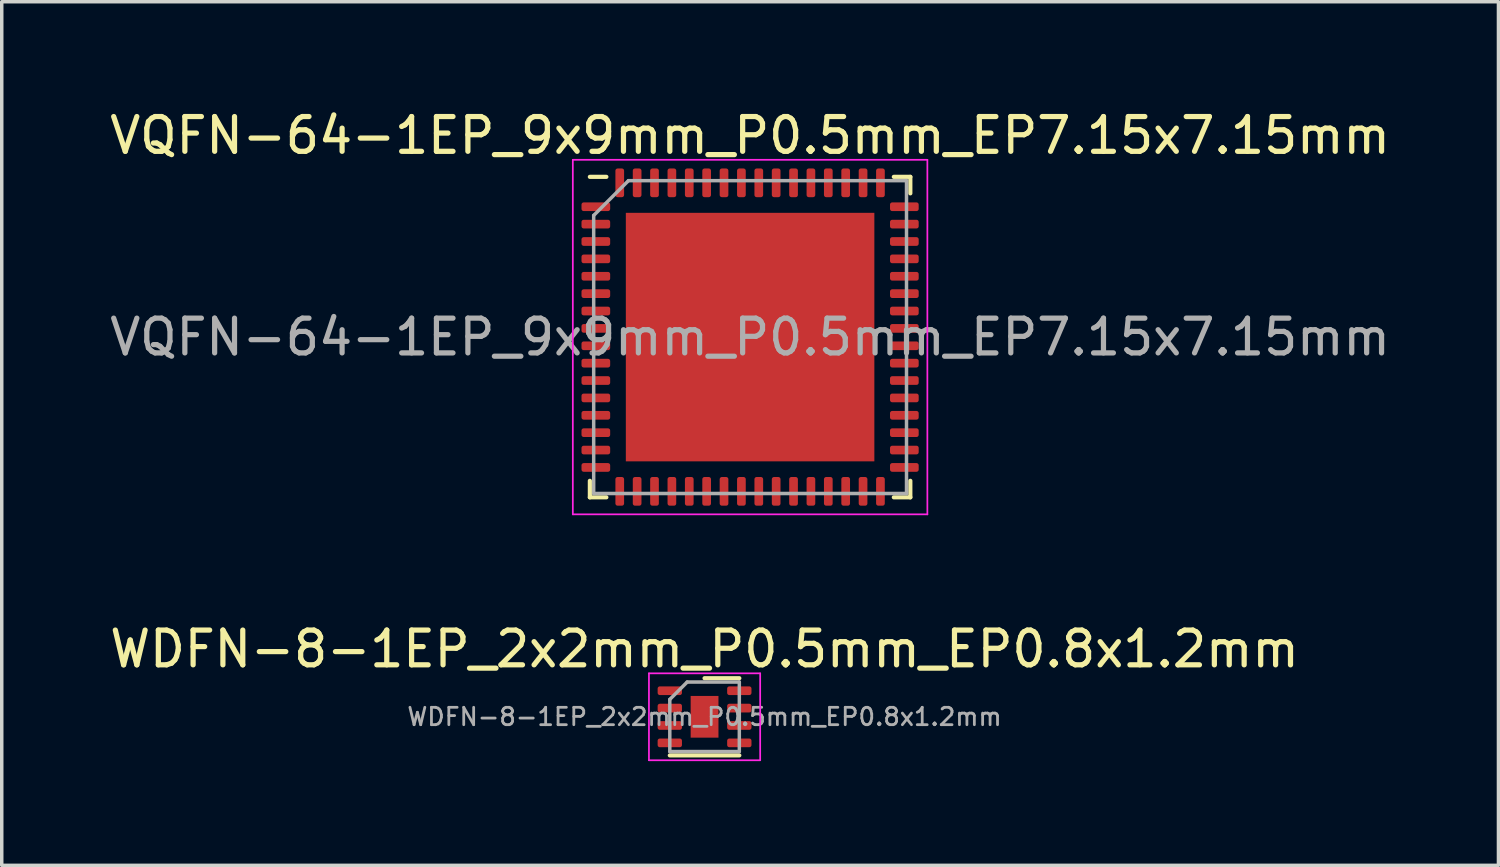
<source format=kicad_pcb>
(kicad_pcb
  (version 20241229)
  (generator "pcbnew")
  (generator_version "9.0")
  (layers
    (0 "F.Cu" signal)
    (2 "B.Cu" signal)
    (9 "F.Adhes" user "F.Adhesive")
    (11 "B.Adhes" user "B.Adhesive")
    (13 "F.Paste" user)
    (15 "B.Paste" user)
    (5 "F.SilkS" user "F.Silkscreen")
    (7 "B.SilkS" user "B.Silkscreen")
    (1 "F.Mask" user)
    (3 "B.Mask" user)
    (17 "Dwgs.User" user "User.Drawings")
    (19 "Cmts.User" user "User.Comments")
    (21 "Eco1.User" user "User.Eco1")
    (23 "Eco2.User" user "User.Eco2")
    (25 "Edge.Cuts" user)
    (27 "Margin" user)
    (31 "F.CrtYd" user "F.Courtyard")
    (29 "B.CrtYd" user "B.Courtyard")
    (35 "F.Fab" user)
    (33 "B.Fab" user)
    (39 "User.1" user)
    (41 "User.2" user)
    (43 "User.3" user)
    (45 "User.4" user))
  (footprint "VQFN-64-1EP_9x9mm_P0.5mm_EP7.15x7.15mm"
    (layer "F.Cu")
    (at 18.53 6.648)
    (property "Reference" "VQFN-64-1EP_9x9mm_P0.5mm_EP7.15x7.15mm" (at 0 -5.8 0) (layer "F.SilkS") (effects (font (size 1 1) (thickness 0.15))))
    (attr smd)
    (fp_line (start -4.61 4.61) (end -4.61 4.135) (stroke (width 0.12) (type solid)) (layer "F.SilkS"))
    (fp_line (start -4.135 -4.61) (end -4.61 -4.61) (stroke (width 0.12) (type solid)) (layer "F.SilkS"))
    (fp_line (start -4.135 4.61) (end -4.61 4.61) (stroke (width 0.12) (type solid)) (layer "F.SilkS"))
    (fp_line (start 4.135 -4.61) (end 4.61 -4.61) (stroke (width 0.12) (type solid)) (layer "F.SilkS"))
    (fp_line (start 4.135 4.61) (end 4.61 4.61) (stroke (width 0.12) (type solid)) (layer "F.SilkS"))
    (fp_line (start 4.61 -4.61) (end 4.61 -4.135) (stroke (width 0.12) (type solid)) (layer "F.SilkS"))
    (fp_line (start 4.61 4.61) (end 4.61 4.135) (stroke (width 0.12) (type solid)) (layer "F.SilkS"))
    (fp_line (start -5.1 -5.1) (end -5.1 5.1) (stroke (width 0.05) (type solid)) (layer "F.CrtYd"))
    (fp_line (start -5.1 5.1) (end 5.1 5.1) (stroke (width 0.05) (type solid)) (layer "F.CrtYd"))
    (fp_line (start 5.1 -5.1) (end -5.1 -5.1) (stroke (width 0.05) (type solid)) (layer "F.CrtYd"))
    (fp_line (start 5.1 5.1) (end 5.1 -5.1) (stroke (width 0.05) (type solid)) (layer "F.CrtYd"))
    (fp_line (start -4.5 -3.5) (end -3.5 -4.5) (stroke (width 0.1) (type solid)) (layer "F.Fab"))
    (fp_line (start -4.5 4.5) (end -4.5 -3.5) (stroke (width 0.1) (type solid)) (layer "F.Fab"))
    (fp_line (start -3.5 -4.5) (end 4.5 -4.5) (stroke (width 0.1) (type solid)) (layer "F.Fab"))
    (fp_line (start 4.5 -4.5) (end 4.5 4.5) (stroke (width 0.1) (type solid)) (layer "F.Fab"))
    (fp_line (start 4.5 4.5) (end -4.5 4.5) (stroke (width 0.1) (type solid)) (layer "F.Fab"))
    (fp_text user "${REFERENCE}" (at 0 0 0) (layer "F.Fab") (effects (font (size 1 1) (thickness 0.15))))
    (pad "" smd roundrect (at -2.38 -2.38) (size 1.92 1.92) (layers "F.Paste") (roundrect_rratio 0.13))
    (pad "" smd roundrect (at -2.38 0) (size 1.92 1.92) (layers "F.Paste") (roundrect_rratio 0.13))
    (pad "" smd roundrect (at -2.38 2.38) (size 1.92 1.92) (layers "F.Paste") (roundrect_rratio 0.13))
    (pad "" smd roundrect (at 0 -2.38) (size 1.92 1.92) (layers "F.Paste") (roundrect_rratio 0.13))
    (pad "" smd roundrect (at 0 0) (size 1.92 1.92) (layers "F.Paste") (roundrect_rratio 0.13))
    (pad "" smd roundrect (at 0 2.38) (size 1.92 1.92) (layers "F.Paste") (roundrect_rratio 0.13))
    (pad "" smd roundrect (at 2.38 -2.38) (size 1.92 1.92) (layers "F.Paste") (roundrect_rratio 0.13))
    (pad "" smd roundrect (at 2.38 0) (size 1.92 1.92) (layers "F.Paste") (roundrect_rratio 0.13))
    (pad "" smd roundrect (at 2.38 2.38) (size 1.92 1.92) (layers "F.Paste") (roundrect_rratio 0.13))
    (pad "1" smd roundrect (at -4.438 -3.75) (size 0.825 0.25) (layers "F.Cu" "F.Mask" "F.Paste") (roundrect_rratio 0.25))
    (pad "2" smd roundrect (at -4.438 -3.25) (size 0.825 0.25) (layers "F.Cu" "F.Mask" "F.Paste") (roundrect_rratio 0.25))
    (pad "3" smd roundrect (at -4.438 -2.75) (size 0.825 0.25) (layers "F.Cu" "F.Mask" "F.Paste") (roundrect_rratio 0.25))
    (pad "4" smd roundrect (at -4.438 -2.25) (size 0.825 0.25) (layers "F.Cu" "F.Mask" "F.Paste") (roundrect_rratio 0.25))
    (pad "5" smd roundrect (at -4.438 -1.75) (size 0.825 0.25) (layers "F.Cu" "F.Mask" "F.Paste") (roundrect_rratio 0.25))
    (pad "6" smd roundrect (at -4.438 -1.25) (size 0.825 0.25) (layers "F.Cu" "F.Mask" "F.Paste") (roundrect_rratio 0.25))
    (pad "7" smd roundrect (at -4.438 -0.75) (size 0.825 0.25) (layers "F.Cu" "F.Mask" "F.Paste") (roundrect_rratio 0.25))
    (pad "8" smd roundrect (at -4.438 -0.25) (size 0.825 0.25) (layers "F.Cu" "F.Mask" "F.Paste") (roundrect_rratio 0.25))
    (pad "9" smd roundrect (at -4.438 0.25) (size 0.825 0.25) (layers "F.Cu" "F.Mask" "F.Paste") (roundrect_rratio 0.25))
    (pad "10" smd roundrect (at -4.438 0.75) (size 0.825 0.25) (layers "F.Cu" "F.Mask" "F.Paste") (roundrect_rratio 0.25))
    (pad "11" smd roundrect (at -4.438 1.25) (size 0.825 0.25) (layers "F.Cu" "F.Mask" "F.Paste") (roundrect_rratio 0.25))
    (pad "12" smd roundrect (at -4.438 1.75) (size 0.825 0.25) (layers "F.Cu" "F.Mask" "F.Paste") (roundrect_rratio 0.25))
    (pad "13" smd roundrect (at -4.438 2.25) (size 0.825 0.25) (layers "F.Cu" "F.Mask" "F.Paste") (roundrect_rratio 0.25))
    (pad "14" smd roundrect (at -4.438 2.75) (size 0.825 0.25) (layers "F.Cu" "F.Mask" "F.Paste") (roundrect_rratio 0.25))
    (pad "15" smd roundrect (at -4.438 3.25) (size 0.825 0.25) (layers "F.Cu" "F.Mask" "F.Paste") (roundrect_rratio 0.25))
    (pad "16" smd roundrect (at -4.438 3.75) (size 0.825 0.25) (layers "F.Cu" "F.Mask" "F.Paste") (roundrect_rratio 0.25))
    (pad "17" smd roundrect (at -3.75 4.438) (size 0.25 0.825) (layers "F.Cu" "F.Mask" "F.Paste") (roundrect_rratio 0.25))
    (pad "18" smd roundrect (at -3.25 4.438) (size 0.25 0.825) (layers "F.Cu" "F.Mask" "F.Paste") (roundrect_rratio 0.25))
    (pad "19" smd roundrect (at -2.75 4.438) (size 0.25 0.825) (layers "F.Cu" "F.Mask" "F.Paste") (roundrect_rratio 0.25))
    (pad "20" smd roundrect (at -2.25 4.438) (size 0.25 0.825) (layers "F.Cu" "F.Mask" "F.Paste") (roundrect_rratio 0.25))
    (pad "21" smd roundrect (at -1.75 4.438) (size 0.25 0.825) (layers "F.Cu" "F.Mask" "F.Paste") (roundrect_rratio 0.25))
    (pad "22" smd roundrect (at -1.25 4.438) (size 0.25 0.825) (layers "F.Cu" "F.Mask" "F.Paste") (roundrect_rratio 0.25))
    (pad "23" smd roundrect (at -0.75 4.438) (size 0.25 0.825) (layers "F.Cu" "F.Mask" "F.Paste") (roundrect_rratio 0.25))
    (pad "24" smd roundrect (at -0.25 4.438) (size 0.25 0.825) (layers "F.Cu" "F.Mask" "F.Paste") (roundrect_rratio 0.25))
    (pad "25" smd roundrect (at 0.25 4.438) (size 0.25 0.825) (layers "F.Cu" "F.Mask" "F.Paste") (roundrect_rratio 0.25))
    (pad "26" smd roundrect (at 0.75 4.438) (size 0.25 0.825) (layers "F.Cu" "F.Mask" "F.Paste") (roundrect_rratio 0.25))
    (pad "27" smd roundrect (at 1.25 4.438) (size 0.25 0.825) (layers "F.Cu" "F.Mask" "F.Paste") (roundrect_rratio 0.25))
    (pad "28" smd roundrect (at 1.75 4.438) (size 0.25 0.825) (layers "F.Cu" "F.Mask" "F.Paste") (roundrect_rratio 0.25))
    (pad "29" smd roundrect (at 2.25 4.438) (size 0.25 0.825) (layers "F.Cu" "F.Mask" "F.Paste") (roundrect_rratio 0.25))
    (pad "30" smd roundrect (at 2.75 4.438) (size 0.25 0.825) (layers "F.Cu" "F.Mask" "F.Paste") (roundrect_rratio 0.25))
    (pad "31" smd roundrect (at 3.25 4.438) (size 0.25 0.825) (layers "F.Cu" "F.Mask" "F.Paste") (roundrect_rratio 0.25))
    (pad "32" smd roundrect (at 3.75 4.438) (size 0.25 0.825) (layers "F.Cu" "F.Mask" "F.Paste") (roundrect_rratio 0.25))
    (pad "33" smd roundrect (at 4.438 3.75) (size 0.825 0.25) (layers "F.Cu" "F.Mask" "F.Paste") (roundrect_rratio 0.25))
    (pad "34" smd roundrect (at 4.438 3.25) (size 0.825 0.25) (layers "F.Cu" "F.Mask" "F.Paste") (roundrect_rratio 0.25))
    (pad "35" smd roundrect (at 4.438 2.75) (size 0.825 0.25) (layers "F.Cu" "F.Mask" "F.Paste") (roundrect_rratio 0.25))
    (pad "36" smd roundrect (at 4.438 2.25) (size 0.825 0.25) (layers "F.Cu" "F.Mask" "F.Paste") (roundrect_rratio 0.25))
    (pad "37" smd roundrect (at 4.438 1.75) (size 0.825 0.25) (layers "F.Cu" "F.Mask" "F.Paste") (roundrect_rratio 0.25))
    (pad "38" smd roundrect (at 4.438 1.25) (size 0.825 0.25) (layers "F.Cu" "F.Mask" "F.Paste") (roundrect_rratio 0.25))
    (pad "39" smd roundrect (at 4.438 0.75) (size 0.825 0.25) (layers "F.Cu" "F.Mask" "F.Paste") (roundrect_rratio 0.25))
    (pad "40" smd roundrect (at 4.438 0.25) (size 0.825 0.25) (layers "F.Cu" "F.Mask" "F.Paste") (roundrect_rratio 0.25))
    (pad "41" smd roundrect (at 4.438 -0.25) (size 0.825 0.25) (layers "F.Cu" "F.Mask" "F.Paste") (roundrect_rratio 0.25))
    (pad "42" smd roundrect (at 4.438 -0.75) (size 0.825 0.25) (layers "F.Cu" "F.Mask" "F.Paste") (roundrect_rratio 0.25))
    (pad "43" smd roundrect (at 4.438 -1.25) (size 0.825 0.25) (layers "F.Cu" "F.Mask" "F.Paste") (roundrect_rratio 0.25))
    (pad "44" smd roundrect (at 4.438 -1.75) (size 0.825 0.25) (layers "F.Cu" "F.Mask" "F.Paste") (roundrect_rratio 0.25))
    (pad "45" smd roundrect (at 4.438 -2.25) (size 0.825 0.25) (layers "F.Cu" "F.Mask" "F.Paste") (roundrect_rratio 0.25))
    (pad "46" smd roundrect (at 4.438 -2.75) (size 0.825 0.25) (layers "F.Cu" "F.Mask" "F.Paste") (roundrect_rratio 0.25))
    (pad "47" smd roundrect (at 4.438 -3.25) (size 0.825 0.25) (layers "F.Cu" "F.Mask" "F.Paste") (roundrect_rratio 0.25))
    (pad "48" smd roundrect (at 4.438 -3.75) (size 0.825 0.25) (layers "F.Cu" "F.Mask" "F.Paste") (roundrect_rratio 0.25))
    (pad "49" smd roundrect (at 3.75 -4.438) (size 0.25 0.825) (layers "F.Cu" "F.Mask" "F.Paste") (roundrect_rratio 0.25))
    (pad "50" smd roundrect (at 3.25 -4.438) (size 0.25 0.825) (layers "F.Cu" "F.Mask" "F.Paste") (roundrect_rratio 0.25))
    (pad "51" smd roundrect (at 2.75 -4.438) (size 0.25 0.825) (layers "F.Cu" "F.Mask" "F.Paste") (roundrect_rratio 0.25))
    (pad "52" smd roundrect (at 2.25 -4.438) (size 0.25 0.825) (layers "F.Cu" "F.Mask" "F.Paste") (roundrect_rratio 0.25))
    (pad "53" smd roundrect (at 1.75 -4.438) (size 0.25 0.825) (layers "F.Cu" "F.Mask" "F.Paste") (roundrect_rratio 0.25))
    (pad "54" smd roundrect (at 1.25 -4.438) (size 0.25 0.825) (layers "F.Cu" "F.Mask" "F.Paste") (roundrect_rratio 0.25))
    (pad "55" smd roundrect (at 0.75 -4.438) (size 0.25 0.825) (layers "F.Cu" "F.Mask" "F.Paste") (roundrect_rratio 0.25))
    (pad "56" smd roundrect (at 0.25 -4.438) (size 0.25 0.825) (layers "F.Cu" "F.Mask" "F.Paste") (roundrect_rratio 0.25))
    (pad "57" smd roundrect (at -0.25 -4.438) (size 0.25 0.825) (layers "F.Cu" "F.Mask" "F.Paste") (roundrect_rratio 0.25))
    (pad "58" smd roundrect (at -0.75 -4.438) (size 0.25 0.825) (layers "F.Cu" "F.Mask" "F.Paste") (roundrect_rratio 0.25))
    (pad "59" smd roundrect (at -1.25 -4.438) (size 0.25 0.825) (layers "F.Cu" "F.Mask" "F.Paste") (roundrect_rratio 0.25))
    (pad "60" smd roundrect (at -1.75 -4.438) (size 0.25 0.825) (layers "F.Cu" "F.Mask" "F.Paste") (roundrect_rratio 0.25))
    (pad "61" smd roundrect (at -2.25 -4.438) (size 0.25 0.825) (layers "F.Cu" "F.Mask" "F.Paste") (roundrect_rratio 0.25))
    (pad "62" smd roundrect (at -2.75 -4.438) (size 0.25 0.825) (layers "F.Cu" "F.Mask" "F.Paste") (roundrect_rratio 0.25))
    (pad "63" smd roundrect (at -3.25 -4.438) (size 0.25 0.825) (layers "F.Cu" "F.Mask" "F.Paste") (roundrect_rratio 0.25))
    (pad "64" smd roundrect (at -3.75 -4.438) (size 0.25 0.825) (layers "F.Cu" "F.Mask" "F.Paste") (roundrect_rratio 0.25))
    (pad "65" smd rect (at 0 0) (size 7.15 7.15) (layers "F.Cu" "F.Mask")))
  (footprint "WDFN-8-1EP_2x2mm_P0.5mm_EP0.8x1.2mm"
    (layer "F.Cu")
    (at 17.22 17.572)
    (property "Reference" "WDFN-8-1EP_2x2mm_P0.5mm_EP0.8x1.2mm" (at 0 -1.95 0) (layer "F.SilkS") (effects (font (size 1 1) (thickness 0.15))))
    (attr smd)
    (fp_line (start -1 1.11) (end 1 1.11) (stroke (width 0.12) (type solid)) (layer "F.SilkS"))
    (fp_line (start 0 -1.11) (end 1 -1.11) (stroke (width 0.12) (type solid)) (layer "F.SilkS"))
    (fp_line (start -1.6 -1.25) (end -1.6 1.25) (stroke (width 0.05) (type solid)) (layer "F.CrtYd"))
    (fp_line (start -1.6 1.25) (end 1.6 1.25) (stroke (width 0.05) (type solid)) (layer "F.CrtYd"))
    (fp_line (start 1.6 -1.25) (end -1.6 -1.25) (stroke (width 0.05) (type solid)) (layer "F.CrtYd"))
    (fp_line (start 1.6 1.25) (end 1.6 -1.25) (stroke (width 0.05) (type solid)) (layer "F.CrtYd"))
    (fp_line (start -1 -0.5) (end -0.5 -1) (stroke (width 0.1) (type solid)) (layer "F.Fab"))
    (fp_line (start -1 1) (end -1 -0.5) (stroke (width 0.1) (type solid)) (layer "F.Fab"))
    (fp_line (start -0.5 -1) (end 1 -1) (stroke (width 0.1) (type solid)) (layer "F.Fab"))
    (fp_line (start 1 -1) (end 1 1) (stroke (width 0.1) (type solid)) (layer "F.Fab"))
    (fp_line (start 1 1) (end -1 1) (stroke (width 0.1) (type solid)) (layer "F.Fab"))
    (fp_text user "${REFERENCE}" (at 0 0 0) (layer "F.Fab") (effects (font (size 0.5 0.5) (thickness 0.08))))
    (pad "" smd roundrect (at -0.2 -0.3) (size 0.32 0.48) (layers "F.Paste") (roundrect_rratio 0.25))
    (pad "" smd roundrect (at -0.2 0.3) (size 0.32 0.48) (layers "F.Paste") (roundrect_rratio 0.25))
    (pad "" smd roundrect (at 0.2 -0.3) (size 0.32 0.48) (layers "F.Paste") (roundrect_rratio 0.25))
    (pad "" smd roundrect (at 0.2 0.3) (size 0.32 0.48) (layers "F.Paste") (roundrect_rratio 0.25))
    (pad "1" smd roundrect (at -1 -0.75) (size 0.7 0.25) (layers "F.Cu" "F.Mask" "F.Paste") (roundrect_rratio 0.25))
    (pad "2" smd roundrect (at -1 -0.25) (size 0.7 0.25) (layers "F.Cu" "F.Mask" "F.Paste") (roundrect_rratio 0.25))
    (pad "3" smd roundrect (at -1 0.25) (size 0.7 0.25) (layers "F.Cu" "F.Mask" "F.Paste") (roundrect_rratio 0.25))
    (pad "4" smd roundrect (at -1 0.75) (size 0.7 0.25) (layers "F.Cu" "F.Mask" "F.Paste") (roundrect_rratio 0.25))
    (pad "5" smd roundrect (at 1 0.75) (size 0.7 0.25) (layers "F.Cu" "F.Mask" "F.Paste") (roundrect_rratio 0.25))
    (pad "6" smd roundrect (at 1 0.25) (size 0.7 0.25) (layers "F.Cu" "F.Mask" "F.Paste") (roundrect_rratio 0.25))
    (pad "7" smd roundrect (at 1 -0.25) (size 0.7 0.25) (layers "F.Cu" "F.Mask" "F.Paste") (roundrect_rratio 0.25))
    (pad "8" smd roundrect (at 1 -0.75) (size 0.7 0.25) (layers "F.Cu" "F.Mask" "F.Paste") (roundrect_rratio 0.25))
    (pad "9" smd rect (at 0 0) (size 0.8 1.2) (layers "F.Cu" "F.Mask")))
  (gr_rect
    (start -3 -3)
    (end 40.06 21.846)
    (stroke (width 0.1) (type default))
    (fill no)
    (layer "Edge.Cuts")))
</source>
